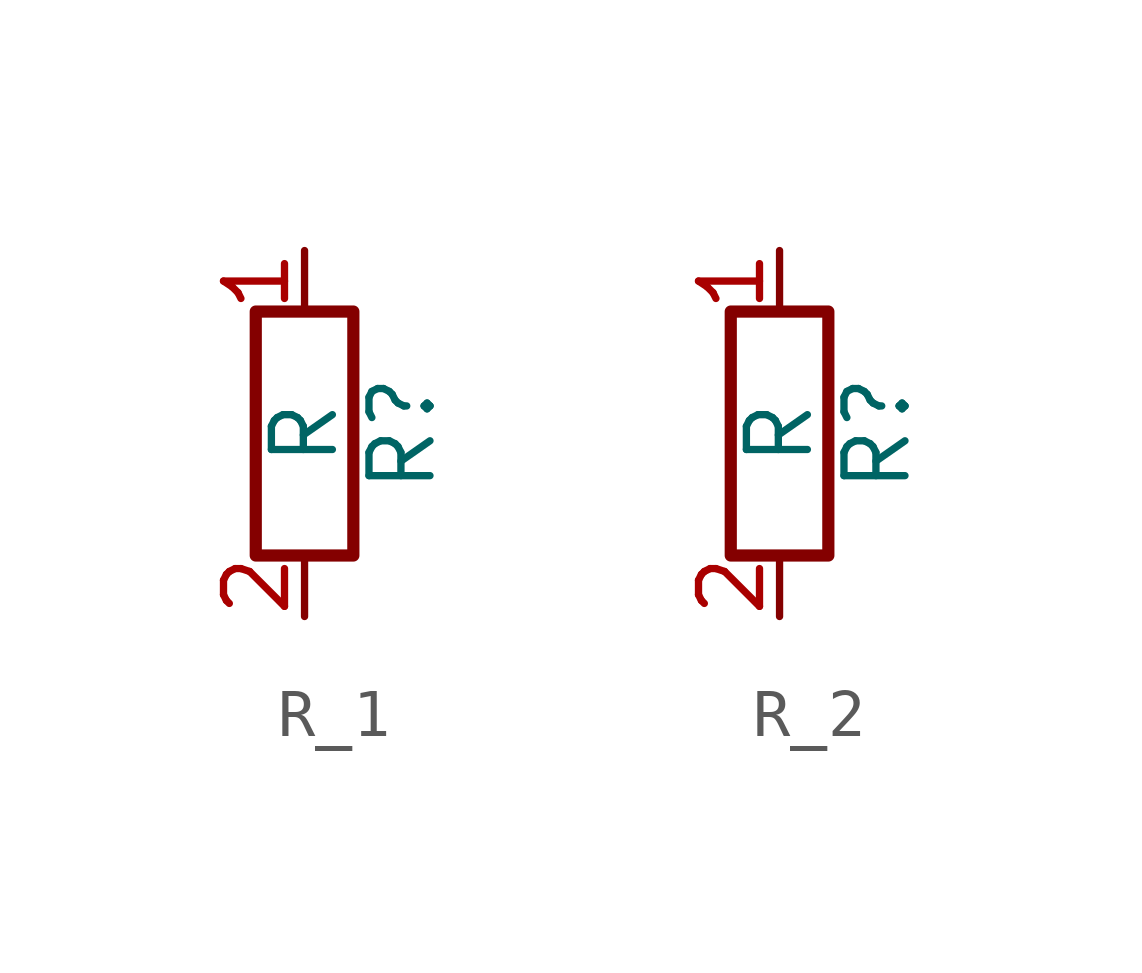
<source format=kicad_sym>
(kicad_symbol_lib
  (version 20241209)
  (generator "kicad_symbol_editor")
  (generator_version "9.0")
  (symbol "R_1"
    (pin_names
      (offset 0)
      (hide yes))
    (property "Reference" "R"
      (at 2.032 0 90)
      (effects (font (size 1.27 1.27))))
    (property "Value" "R"
      (at 0 0 90)
      (effects (font (size 1.27 1.27))))
    (symbol "R_1_0_1"
      (rectangle (start -1.016 -2.54) (end 1.016 2.54) (stroke (width 0.254) (type default)) (fill (type none))))
    (symbol "R_1_1_1"
      (pin passive line (at 0 3.81 270) (length 1.27) (name "~" (effects (font (size 1.27 1.27)))) (number "1" (effects (font (size 1.27 1.27)))))
      (pin passive line (at 0 -3.81 90) (length 1.27) (name "~" (effects (font (size 1.27 1.27)))) (number "2" (effects (font (size 1.27 1.27)))))))
  (symbol "R_2"
    (pin_names
      (offset 0)
      (hide yes))
    (property "Reference" "R"
      (at 2.032 0 90)
      (effects (font (size 1.27 1.27))))
    (property "Value" "R"
      (at 0 0 90)
      (effects (font (size 1.27 1.27))))
    (symbol "R_2_0_1"
      (rectangle (start -1.016 -2.54) (end 1.016 2.54) (stroke (width 0.254) (type default)) (fill (type none))))
    (symbol "R_2_1_1"
      (pin passive line (at 0 3.81 270) (length 1.27) (name "~" (effects (font (size 1.27 1.27)))) (number "1" (effects (font (size 1.27 1.27)))))
      (pin passive line (at 0 -3.81 90) (length 1.27) (name "~" (effects (font (size 1.27 1.27)))) (number "2" (effects (font (size 1.27 1.27))))))))
</source>
